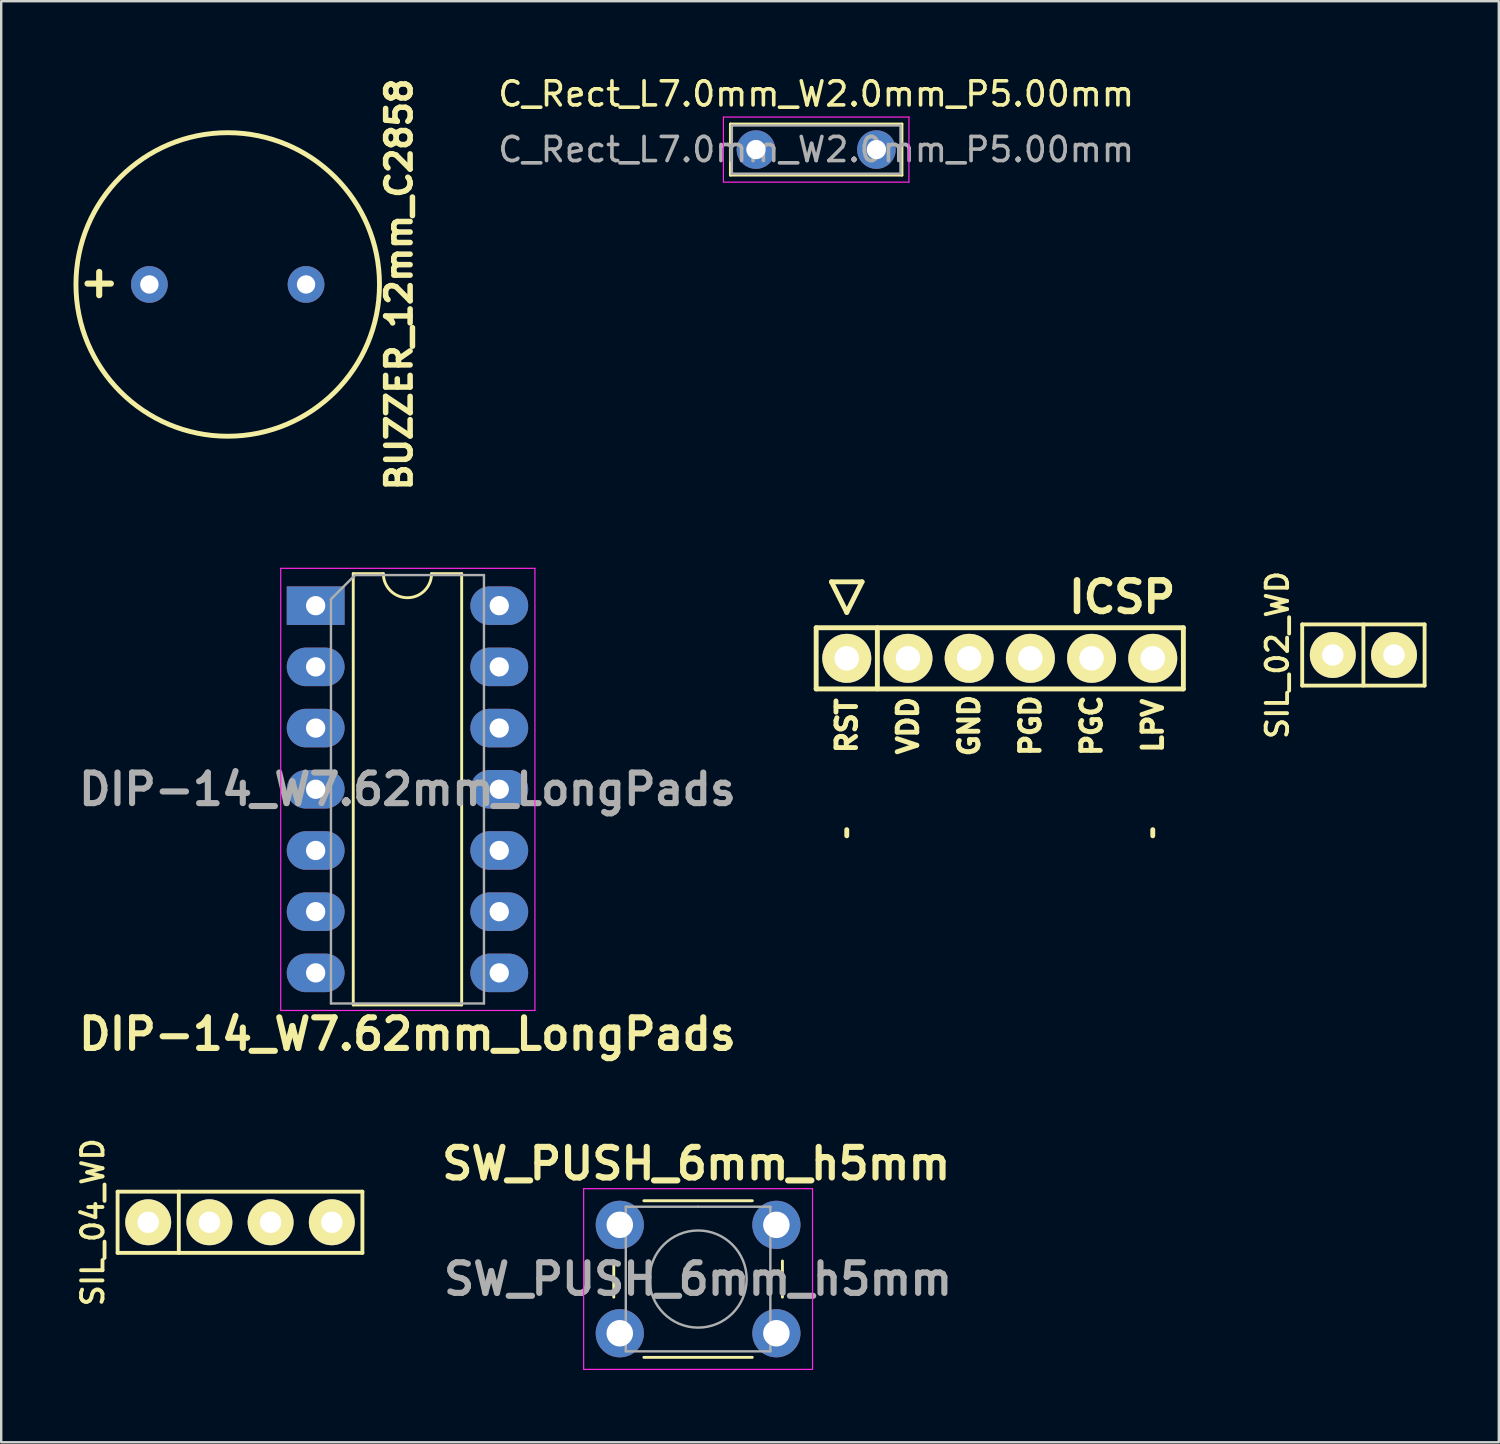
<source format=kicad_pcb>
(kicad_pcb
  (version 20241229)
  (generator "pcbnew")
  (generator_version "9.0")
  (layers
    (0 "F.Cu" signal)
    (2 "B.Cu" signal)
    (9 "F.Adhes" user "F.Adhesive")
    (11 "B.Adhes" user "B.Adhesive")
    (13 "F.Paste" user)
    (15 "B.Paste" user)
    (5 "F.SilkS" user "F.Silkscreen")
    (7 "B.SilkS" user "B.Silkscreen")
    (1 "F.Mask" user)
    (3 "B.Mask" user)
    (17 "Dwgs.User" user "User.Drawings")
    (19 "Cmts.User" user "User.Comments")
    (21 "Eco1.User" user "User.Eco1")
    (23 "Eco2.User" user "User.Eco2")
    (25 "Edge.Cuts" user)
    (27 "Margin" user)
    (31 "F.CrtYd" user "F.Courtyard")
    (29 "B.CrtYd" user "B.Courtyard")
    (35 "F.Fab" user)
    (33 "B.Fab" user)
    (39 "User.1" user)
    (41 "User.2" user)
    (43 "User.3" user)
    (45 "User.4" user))
  (footprint "BUZZER_12mm_C2858"
    (layer "F.Cu")
    (at 6.401 8.756)
    (property "Reference" "BUZZER_12mm_C2858" (at 7.112 0 90) (layer "F.SilkS") (effects (font (size 1.016 1.016) (thickness 0.229))))
    (attr through_hole)
    (fp_circle (center 0 0) (end 6.299 0) (stroke (width 0.203) (type solid)) (fill no) (layer "F.SilkS"))
    (fp_text user "+" (at -5.334 -0.127 0) (layer "F.SilkS") (effects (font (size 1.27 1.27) (thickness 0.254))))
    (pad "1" thru_hole circle (at -3.251 0) (size 1.524 1.524) (drill 0.762) (layers "*.Cu" "*.Mask"))
    (pad "2" thru_hole circle (at 3.251 0) (size 1.524 1.524) (drill 0.762) (layers "*.Cu" "*.Mask")))
  (footprint "SIL_04_WD"
    (layer "F.Cu")
    (at 3.101 47.679)
    (property "Reference" "SIL_04_WD" (at -2.3 0 90) (layer "F.SilkS") (effects (font (size 0.889 0.889) (thickness 0.16))))
    (attr through_hole)
    (fp_line (start -1.27 -1.27) (end 8.89 -1.27) (stroke (width 0.16) (type solid)) (layer "F.SilkS"))
    (fp_line (start -1.27 1.27) (end -1.27 -1.27) (stroke (width 0.16) (type solid)) (layer "F.SilkS"))
    (fp_line (start 1.27 1.27) (end 1.27 -1.27) (stroke (width 0.16) (type solid)) (layer "F.SilkS"))
    (fp_line (start 8.89 -1.27) (end 8.89 1.27) (stroke (width 0.16) (type solid)) (layer "F.SilkS"))
    (fp_line (start 8.89 1.27) (end -1.27 1.27) (stroke (width 0.16) (type solid)) (layer "F.SilkS"))
    (pad "1" thru_hole circle (at 0 0) (size 1.905 1.905) (drill 0.889) (layers "*.Cu" "*.Mask" "F.SilkS"))
    (pad "2" thru_hole circle (at 2.54 0) (size 1.905 1.905) (drill 0.889) (layers "*.Cu" "*.Mask" "F.SilkS"))
    (pad "3" thru_hole circle (at 5.08 0) (size 1.905 1.905) (drill 0.889) (layers "*.Cu" "*.Mask" "F.SilkS"))
    (pad "4" thru_hole circle (at 7.62 0) (size 1.905 1.905) (drill 0.889) (layers "*.Cu" "*.Mask" "F.SilkS")))
  (footprint "ICSP"
    (layer "F.Cu")
    (at 38.444 24.273)
    (property "Reference" "ICSP" (at 5.08 -2.54 0) (layer "F.SilkS") (effects (font (size 1.27 1.27) (thickness 0.272))))
    (attr through_hole)
    (fp_line (start -7.62 -1.27) (end 7.62 -1.27) (stroke (width 0.203) (type solid)) (layer "F.SilkS"))
    (fp_line (start -7.62 1.27) (end -7.62 -1.27) (stroke (width 0.203) (type solid)) (layer "F.SilkS"))
    (fp_line (start -6.985 -3.175) (end -6.35 -1.905) (stroke (width 0.203) (type solid)) (layer "F.SilkS"))
    (fp_line (start -6.35 -1.905) (end -5.715 -3.175) (stroke (width 0.203) (type solid)) (layer "F.SilkS"))
    (fp_line (start -6.35 7.366) (end -6.35 7.112) (stroke (width 0.203) (type solid)) (layer "F.SilkS"))
    (fp_line (start -5.715 -3.175) (end -6.985 -3.175) (stroke (width 0.203) (type solid)) (layer "F.SilkS"))
    (fp_line (start -5.08 1.27) (end -5.08 -1.27) (stroke (width 0.203) (type solid)) (layer "F.SilkS"))
    (fp_line (start 6.35 7.366) (end 6.35 7.112) (stroke (width 0.203) (type solid)) (layer "F.SilkS"))
    (fp_line (start 7.62 -1.27) (end 7.62 1.27) (stroke (width 0.203) (type solid)) (layer "F.SilkS"))
    (fp_line (start 7.62 1.27) (end -7.62 1.27) (stroke (width 0.203) (type solid)) (layer "F.SilkS"))
    (fp_text user "RST" (at -6.35 2.794 90) (layer "F.SilkS") (effects (font (size 0.813 0.813) (thickness 0.203))))
    (fp_text user "GND" (at -1.27 2.794 90) (layer "F.SilkS") (effects (font (size 0.813 0.813) (thickness 0.203))))
    (fp_text user "PGD" (at 1.27 2.794 90) (layer "F.SilkS") (effects (font (size 0.813 0.813) (thickness 0.203))))
    (fp_text user "PGC" (at 3.81 2.794 90) (layer "F.SilkS") (effects (font (size 0.813 0.813) (thickness 0.203))))
    (fp_text user "VDD" (at -3.81 2.794 90) (layer "F.SilkS") (effects (font (size 0.813 0.813) (thickness 0.203))))
    (fp_text user "LPV" (at 6.35 2.794 90) (layer "F.SilkS") (effects (font (size 0.813 0.813) (thickness 0.203))))
    (pad "1" thru_hole circle (at -6.35 0) (size 2.032 2.032) (drill 1.016) (layers "*.Cu" "*.Mask" "F.SilkS"))
    (pad "2" thru_hole circle (at -3.81 0) (size 2.032 2.032) (drill 1.016) (layers "*.Cu" "*.Mask" "F.SilkS"))
    (pad "3" thru_hole circle (at -1.27 0) (size 2.032 2.032) (drill 1.016) (layers "*.Cu" "*.Mask" "F.SilkS"))
    (pad "4" thru_hole circle (at 1.27 0) (size 2.032 2.032) (drill 1.016) (layers "*.Cu" "*.Mask" "F.SilkS"))
    (pad "5" thru_hole circle (at 3.81 0) (size 2.032 2.032) (drill 1.016) (layers "*.Cu" "*.Mask" "F.SilkS"))
    (pad "6" thru_hole circle (at 6.35 0) (size 2.032 2.032) (drill 1.016) (layers "*.Cu" "*.Mask" "F.SilkS")))
  (footprint "SW_PUSH_6mm_h5mm"
    (layer "F.Cu")
    (at 22.673 47.785)
    (property "Reference" "SW_PUSH_6mm_h5mm" (at 3.175 -2.54 0) (layer "F.SilkS") (effects (font (size 1.27 1.27) (thickness 0.254))))
    (attr through_hole)
    (fp_line (start -0.25 1.5) (end -0.25 3) (stroke (width 0.12) (type solid)) (layer "F.SilkS"))
    (fp_line (start 1 5.5) (end 5.5 5.5) (stroke (width 0.12) (type solid)) (layer "F.SilkS"))
    (fp_line (start 5.5 -1) (end 1 -1) (stroke (width 0.12) (type solid)) (layer "F.SilkS"))
    (fp_line (start 6.75 3) (end 6.75 1.5) (stroke (width 0.12) (type solid)) (layer "F.SilkS"))
    (fp_line (start -1.5 -1.5) (end -1.25 -1.5) (stroke (width 0.05) (type solid)) (layer "F.CrtYd"))
    (fp_line (start -1.5 -1.25) (end -1.5 -1.5) (stroke (width 0.05) (type solid)) (layer "F.CrtYd"))
    (fp_line (start -1.5 5.75) (end -1.5 -1.25) (stroke (width 0.05) (type solid)) (layer "F.CrtYd"))
    (fp_line (start -1.5 5.75) (end -1.5 6) (stroke (width 0.05) (type solid)) (layer "F.CrtYd"))
    (fp_line (start -1.5 6) (end -1.25 6) (stroke (width 0.05) (type solid)) (layer "F.CrtYd"))
    (fp_line (start -1.25 -1.5) (end 7.75 -1.5) (stroke (width 0.05) (type solid)) (layer "F.CrtYd"))
    (fp_line (start 7.75 -1.5) (end 8 -1.5) (stroke (width 0.05) (type solid)) (layer "F.CrtYd"))
    (fp_line (start 7.75 6) (end -1.25 6) (stroke (width 0.05) (type solid)) (layer "F.CrtYd"))
    (fp_line (start 7.75 6) (end 8 6) (stroke (width 0.05) (type solid)) (layer "F.CrtYd"))
    (fp_line (start 8 -1.5) (end 8 -1.25) (stroke (width 0.05) (type solid)) (layer "F.CrtYd"))
    (fp_line (start 8 -1.25) (end 8 5.75) (stroke (width 0.05) (type solid)) (layer "F.CrtYd"))
    (fp_line (start 8 6) (end 8 5.75) (stroke (width 0.05) (type solid)) (layer "F.CrtYd"))
    (fp_line (start 0.25 -0.75) (end 3.25 -0.75) (stroke (width 0.1) (type solid)) (layer "F.Fab"))
    (fp_line (start 0.25 5.25) (end 0.25 -0.75) (stroke (width 0.1) (type solid)) (layer "F.Fab"))
    (fp_line (start 3.25 -0.75) (end 6.25 -0.75) (stroke (width 0.1) (type solid)) (layer "F.Fab"))
    (fp_line (start 6.25 -0.75) (end 6.25 5.25) (stroke (width 0.1) (type solid)) (layer "F.Fab"))
    (fp_line (start 6.25 5.25) (end 0.25 5.25) (stroke (width 0.1) (type solid)) (layer "F.Fab"))
    (fp_circle (center 3.25 2.25) (end 1.25 2.5) (stroke (width 0.1) (type solid)) (fill no) (layer "F.Fab"))
    (fp_text user "${REFERENCE}" (at 3.25 2.25 0) (layer "F.Fab") (effects (font (size 1.27 1.27) (thickness 0.254))))
    (pad "1" thru_hole circle (at 0 0 90) (size 2 2) (drill 1.1) (layers "*.Cu" "*.Mask"))
    (pad "1" thru_hole circle (at 6.5 0 90) (size 2 2) (drill 1.1) (layers "*.Cu" "*.Mask"))
    (pad "2" thru_hole circle (at 0 4.5 90) (size 2 2) (drill 1.1) (layers "*.Cu" "*.Mask"))
    (pad "2" thru_hole circle (at 6.5 4.5 90) (size 2 2) (drill 1.1) (layers "*.Cu" "*.Mask")))
  (footprint "SIL_02_WD"
    (layer "F.Cu")
    (at 52.266 24.135)
    (property "Reference" "SIL_02_WD" (at -2.3 0 90) (layer "F.SilkS") (effects (font (size 0.889 0.889) (thickness 0.16))))
    (attr through_hole)
    (fp_line (start -1.27 -1.27) (end 3.81 -1.27) (stroke (width 0.16) (type solid)) (layer "F.SilkS"))
    (fp_line (start -1.27 1.27) (end -1.27 -1.27) (stroke (width 0.16) (type solid)) (layer "F.SilkS"))
    (fp_line (start 1.27 1.27) (end 1.27 -1.27) (stroke (width 0.16) (type solid)) (layer "F.SilkS"))
    (fp_line (start 3.81 -1.27) (end 3.81 1.27) (stroke (width 0.16) (type solid)) (layer "F.SilkS"))
    (fp_line (start 3.81 1.27) (end -1.27 1.27) (stroke (width 0.16) (type solid)) (layer "F.SilkS"))
    (pad "1" thru_hole circle (at 0 0) (size 1.905 1.905) (drill 0.889) (layers "*.Cu" "*.Mask" "F.SilkS"))
    (pad "2" thru_hole circle (at 2.54 0) (size 1.905 1.905) (drill 0.889) (layers "*.Cu" "*.Mask" "F.SilkS")))
  (footprint "DIP-14_W7.62mm_LongPads"
    (layer "F.Cu")
    (at 10.051 22.088)
    (property "Reference" "DIP-14_W7.62mm_LongPads" (at 3.81 17.78 0) (layer "F.SilkS") (effects (font (size 1.27 1.27) (thickness 0.254))))
    (attr through_hole)
    (fp_line (start 1.56 -1.33) (end 1.56 16.57) (stroke (width 0.12) (type solid)) (layer "F.SilkS"))
    (fp_line (start 1.56 16.57) (end 6.06 16.57) (stroke (width 0.12) (type solid)) (layer "F.SilkS"))
    (fp_line (start 2.81 -1.33) (end 1.56 -1.33) (stroke (width 0.12) (type solid)) (layer "F.SilkS"))
    (fp_line (start 6.06 -1.33) (end 4.81 -1.33) (stroke (width 0.12) (type solid)) (layer "F.SilkS"))
    (fp_line (start 6.06 16.57) (end 6.06 -1.33) (stroke (width 0.12) (type solid)) (layer "F.SilkS"))
    (fp_arc (start 4.81 -1.33) (mid 3.81 -0.33) (end 2.81 -1.33) (stroke (width 0.12) (type solid)) (layer "F.SilkS"))
    (fp_line (start -1.45 -1.55) (end -1.45 16.8) (stroke (width 0.05) (type solid)) (layer "F.CrtYd"))
    (fp_line (start -1.45 16.8) (end 9.1 16.8) (stroke (width 0.05) (type solid)) (layer "F.CrtYd"))
    (fp_line (start 9.1 -1.55) (end -1.45 -1.55) (stroke (width 0.05) (type solid)) (layer "F.CrtYd"))
    (fp_line (start 9.1 16.8) (end 9.1 -1.55) (stroke (width 0.05) (type solid)) (layer "F.CrtYd"))
    (fp_line (start 0.635 -0.27) (end 1.635 -1.27) (stroke (width 0.1) (type solid)) (layer "F.Fab"))
    (fp_line (start 0.635 16.51) (end 0.635 -0.27) (stroke (width 0.1) (type solid)) (layer "F.Fab"))
    (fp_line (start 1.635 -1.27) (end 6.985 -1.27) (stroke (width 0.1) (type solid)) (layer "F.Fab"))
    (fp_line (start 6.985 -1.27) (end 6.985 16.51) (stroke (width 0.1) (type solid)) (layer "F.Fab"))
    (fp_line (start 6.985 16.51) (end 0.635 16.51) (stroke (width 0.1) (type solid)) (layer "F.Fab"))
    (fp_text user "${REFERENCE}" (at 3.81 7.62 0) (layer "F.Fab") (effects (font (size 1.27 1.27) (thickness 0.254))))
    (pad "1" thru_hole rect (at 0 0) (size 2.4 1.6) (drill 0.8) (layers "*.Cu" "*.Mask"))
    (pad "2" thru_hole oval (at 0 2.54) (size 2.4 1.6) (drill 0.8) (layers "*.Cu" "*.Mask"))
    (pad "3" thru_hole oval (at 0 5.08) (size 2.4 1.6) (drill 0.8) (layers "*.Cu" "*.Mask"))
    (pad "4" thru_hole oval (at 0 7.62) (size 2.4 1.6) (drill 0.8) (layers "*.Cu" "*.Mask"))
    (pad "5" thru_hole oval (at 0 10.16) (size 2.4 1.6) (drill 0.8) (layers "*.Cu" "*.Mask"))
    (pad "6" thru_hole oval (at 0 12.7) (size 2.4 1.6) (drill 0.8) (layers "*.Cu" "*.Mask"))
    (pad "7" thru_hole oval (at 0 15.24) (size 2.4 1.6) (drill 0.8) (layers "*.Cu" "*.Mask"))
    (pad "8" thru_hole oval (at 7.62 15.24) (size 2.4 1.6) (drill 0.8) (layers "*.Cu" "*.Mask"))
    (pad "9" thru_hole oval (at 7.62 12.7) (size 2.4 1.6) (drill 0.8) (layers "*.Cu" "*.Mask"))
    (pad "10" thru_hole oval (at 7.62 10.16) (size 2.4 1.6) (drill 0.8) (layers "*.Cu" "*.Mask"))
    (pad "11" thru_hole oval (at 7.62 7.62) (size 2.4 1.6) (drill 0.8) (layers "*.Cu" "*.Mask"))
    (pad "12" thru_hole oval (at 7.62 5.08) (size 2.4 1.6) (drill 0.8) (layers "*.Cu" "*.Mask"))
    (pad "13" thru_hole oval (at 7.62 2.54) (size 2.4 1.6) (drill 0.8) (layers "*.Cu" "*.Mask"))
    (pad "14" thru_hole oval (at 7.62 0) (size 2.4 1.6) (drill 0.8) (layers "*.Cu" "*.Mask")))
  (footprint "C_Rect_L7.0mm_W2.0mm_P5.00mm"
    (layer "F.Cu")
    (at 28.324 3.158)
    (property "Reference" "C_Rect_L7.0mm_W2.0mm_P5.00mm" (at 2.5 -2.31 0) (layer "F.SilkS") (effects (font (size 1 1) (thickness 0.15))))
    (attr through_hole)
    (fp_line (start -1.06 -1.06) (end -1.06 1.06) (stroke (width 0.12) (type solid)) (layer "F.SilkS"))
    (fp_line (start -1.06 -1.06) (end 6.06 -1.06) (stroke (width 0.12) (type solid)) (layer "F.SilkS"))
    (fp_line (start -1.06 1.06) (end 6.06 1.06) (stroke (width 0.12) (type solid)) (layer "F.SilkS"))
    (fp_line (start 6.06 -1.06) (end 6.06 1.06) (stroke (width 0.12) (type solid)) (layer "F.SilkS"))
    (fp_line (start -1.35 -1.35) (end -1.35 1.35) (stroke (width 0.05) (type solid)) (layer "F.CrtYd"))
    (fp_line (start -1.35 1.35) (end 6.35 1.35) (stroke (width 0.05) (type solid)) (layer "F.CrtYd"))
    (fp_line (start 6.35 -1.35) (end -1.35 -1.35) (stroke (width 0.05) (type solid)) (layer "F.CrtYd"))
    (fp_line (start 6.35 1.35) (end 6.35 -1.35) (stroke (width 0.05) (type solid)) (layer "F.CrtYd"))
    (fp_line (start -1 -1) (end -1 1) (stroke (width 0.1) (type solid)) (layer "F.Fab"))
    (fp_line (start -1 1) (end 6 1) (stroke (width 0.1) (type solid)) (layer "F.Fab"))
    (fp_line (start 6 -1) (end -1 -1) (stroke (width 0.1) (type solid)) (layer "F.Fab"))
    (fp_line (start 6 1) (end 6 -1) (stroke (width 0.1) (type solid)) (layer "F.Fab"))
    (fp_text user "${REFERENCE}" (at 2.5 0 0) (layer "F.Fab") (effects (font (size 1 1) (thickness 0.15))))
    (pad "1" thru_hole circle (at 0 0) (size 1.6 1.6) (drill 0.8) (layers "*.Cu" "*.Mask"))
    (pad "2" thru_hole circle (at 5 0) (size 1.6 1.6) (drill 0.8) (layers "*.Cu" "*.Mask")))
  (gr_rect
    (start -3 -3)
    (end 59.156 56.81)
    (stroke (width 0.1) (type default))
    (fill no)
    (layer "Edge.Cuts")))
</source>
